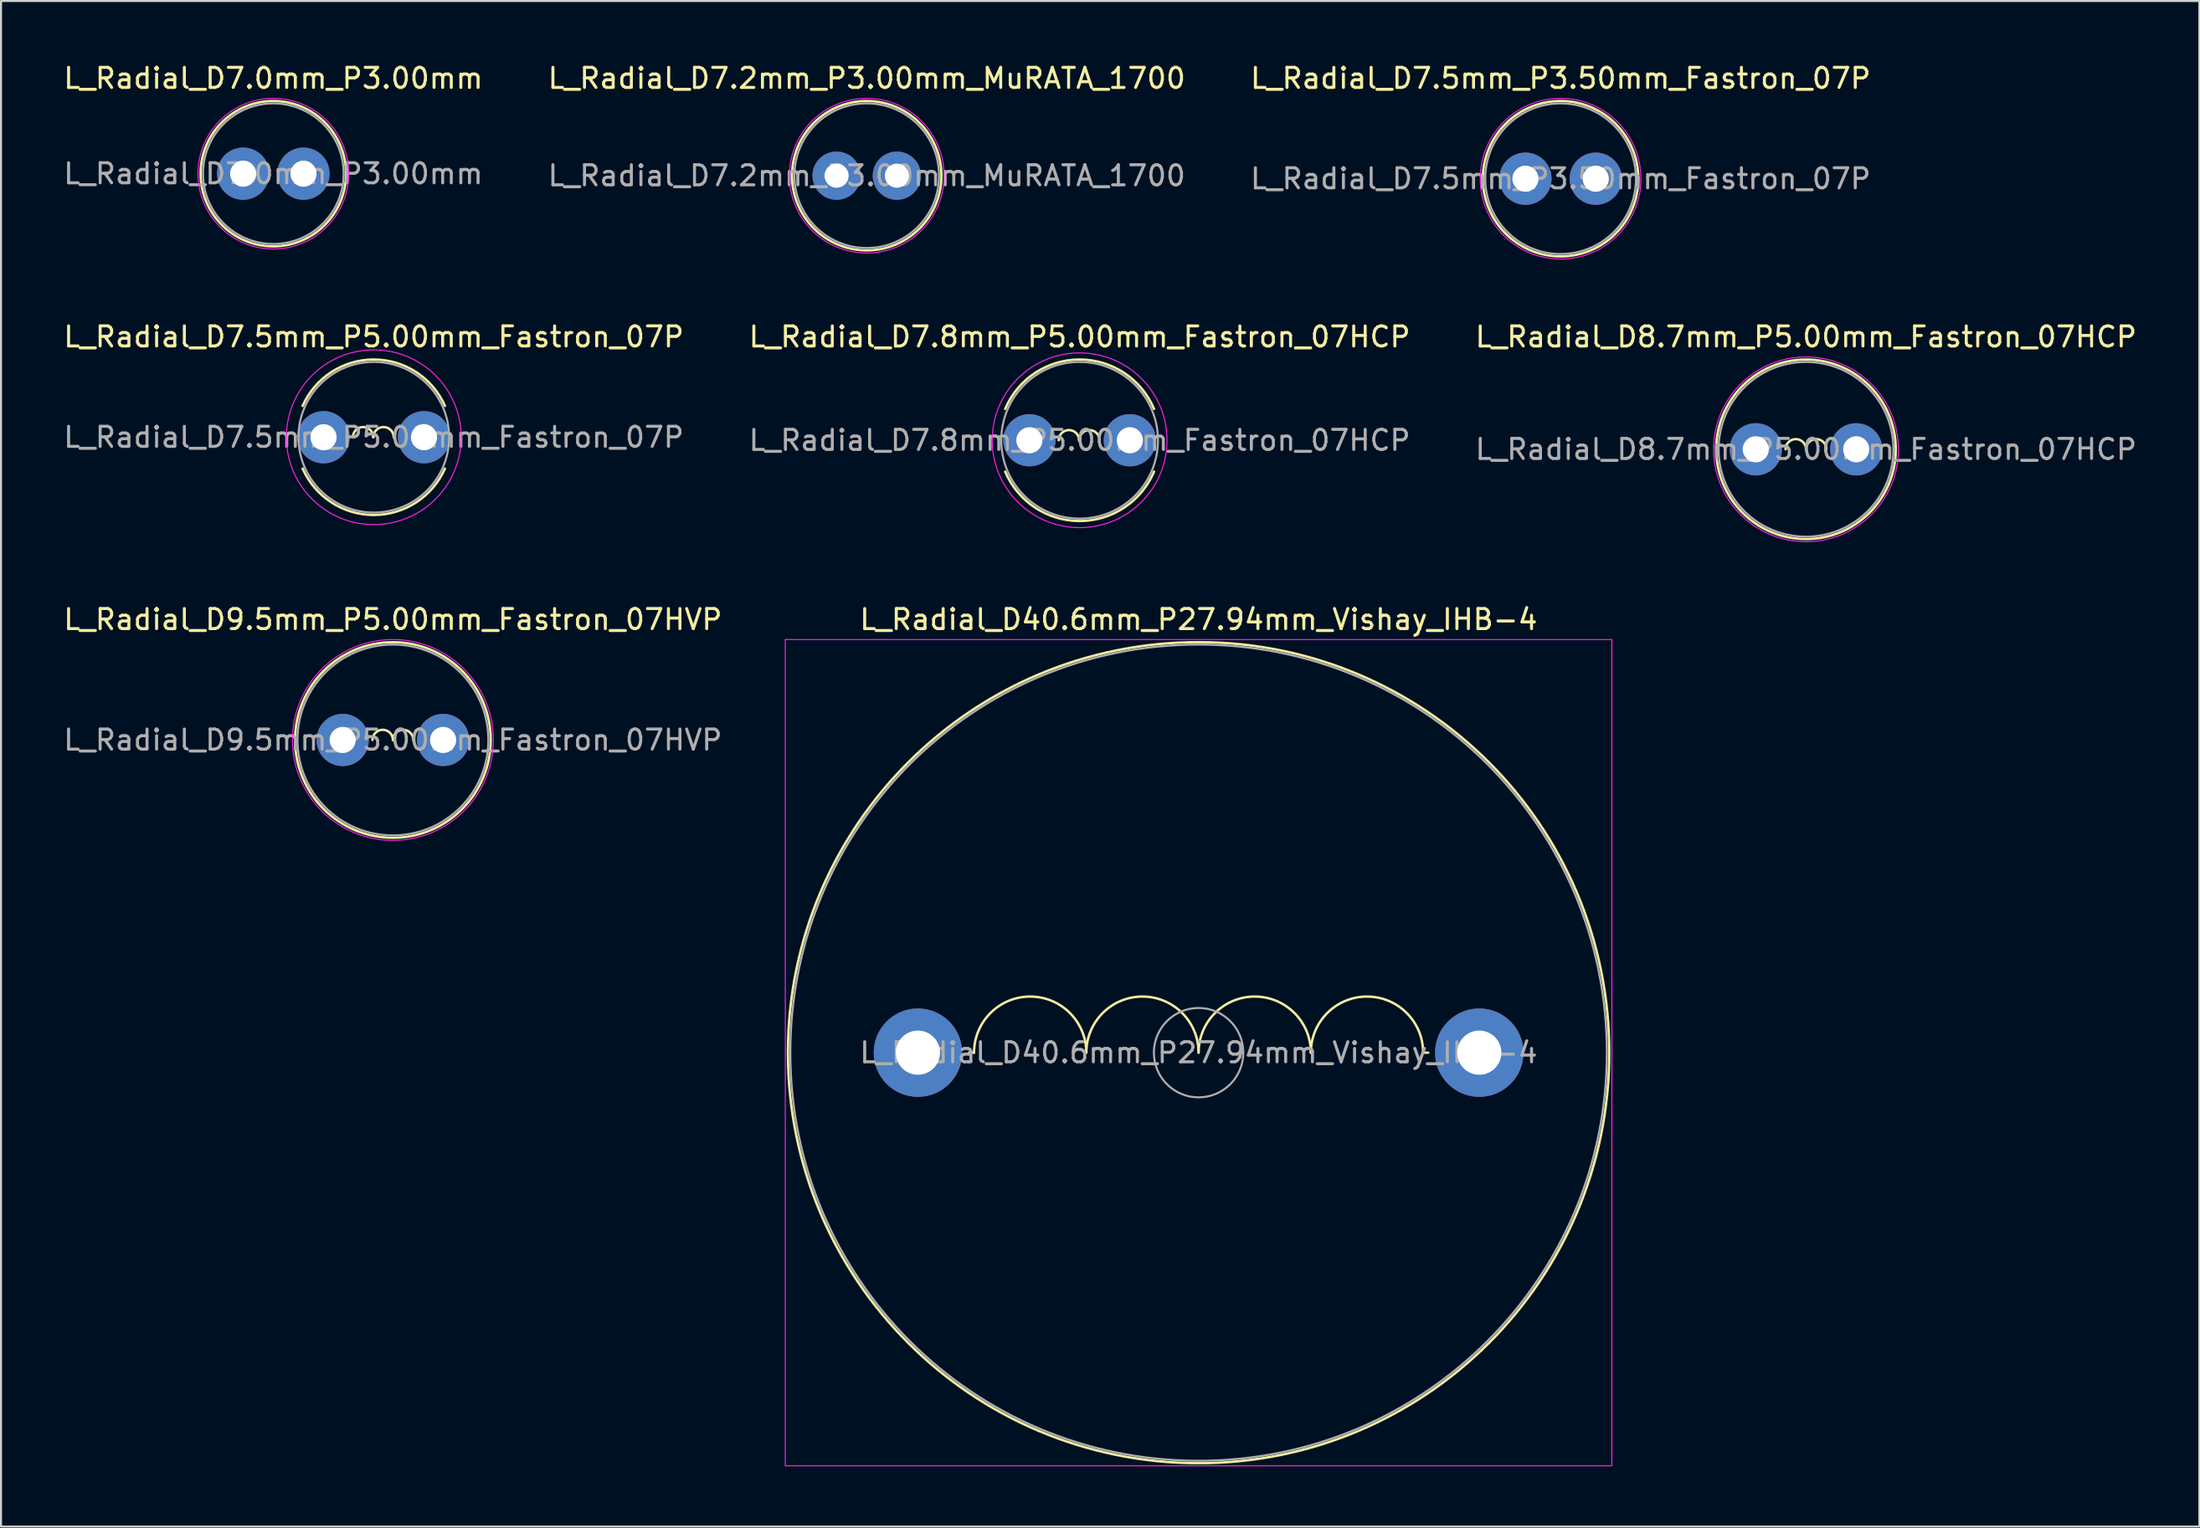
<source format=kicad_pcb>
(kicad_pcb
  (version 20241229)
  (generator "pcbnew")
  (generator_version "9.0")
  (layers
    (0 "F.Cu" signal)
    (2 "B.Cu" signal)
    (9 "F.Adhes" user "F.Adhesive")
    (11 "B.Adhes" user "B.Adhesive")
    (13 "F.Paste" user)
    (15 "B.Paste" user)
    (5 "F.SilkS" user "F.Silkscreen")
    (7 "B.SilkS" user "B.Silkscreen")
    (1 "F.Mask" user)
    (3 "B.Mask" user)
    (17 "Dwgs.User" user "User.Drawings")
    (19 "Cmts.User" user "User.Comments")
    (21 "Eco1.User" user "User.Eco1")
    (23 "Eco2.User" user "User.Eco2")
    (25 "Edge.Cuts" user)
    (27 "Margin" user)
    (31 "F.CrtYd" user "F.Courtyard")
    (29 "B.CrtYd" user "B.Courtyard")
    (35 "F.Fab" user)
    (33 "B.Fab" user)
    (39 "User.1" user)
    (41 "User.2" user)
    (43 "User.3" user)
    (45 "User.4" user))
  (footprint "L_Radial_D7.2mm_P3.00mm_MuRATA_1700"
    (layer "F.Cu")
    (at 38.589 5.698)
    (property "Reference" "L_Radial_D7.2mm_P3.00mm_MuRATA_1700" (at 1.5 -4.85 0) (layer "F.SilkS") (effects (font (size 1 1) (thickness 0.15))))
    (attr through_hole)
    (fp_circle (center 1.5 0) (end 5.22 0) (stroke (width 0.12) (type solid)) (fill no) (layer "F.SilkS"))
    (fp_circle (center 1.5 0) (end 5.35 0) (stroke (width 0.05) (type solid)) (fill no) (layer "F.CrtYd"))
    (fp_circle (center 1.5 0) (end 5.1 0) (stroke (width 0.1) (type solid)) (fill no) (layer "F.Fab"))
    (fp_text user "${REFERENCE}" (at 1.5 0 0) (layer "F.Fab") (effects (font (size 1 1) (thickness 0.15))))
    (pad "1" thru_hole circle (at 0 0) (size 2.4 2.4) (drill 1.2) (layers "*.Cu" "*.Mask"))
    (pad "2" thru_hole circle (at 3 0) (size 2.4 2.4) (drill 1.2) (layers "*.Cu" "*.Mask")))
  (footprint "L_Radial_D7.0mm_P3.00mm"
    (layer "F.Cu")
    (at 9.054 5.598)
    (property "Reference" "L_Radial_D7.0mm_P3.00mm" (at 1.5 -4.75 0) (layer "F.SilkS") (effects (font (size 1 1) (thickness 0.15))))
    (attr through_hole)
    (fp_circle (center 1.5 0) (end 5.12 0) (stroke (width 0.12) (type solid)) (fill no) (layer "F.SilkS"))
    (fp_circle (center 1.5 0) (end 5.25 0) (stroke (width 0.05) (type solid)) (fill no) (layer "F.CrtYd"))
    (fp_circle (center 1.5 0) (end 5 0) (stroke (width 0.1) (type solid)) (fill no) (layer "F.Fab"))
    (fp_text user "${REFERENCE}" (at 1.5 0 0) (layer "F.Fab") (effects (font (size 1 1) (thickness 0.15))))
    (pad "1" thru_hole circle (at 0 0) (size 2.6 2.6) (drill 1.3) (layers "*.Cu" "*.Mask"))
    (pad "2" thru_hole circle (at 3 0) (size 2.6 2.6) (drill 1.3) (layers "*.Cu" "*.Mask")))
  (footprint "L_Radial_D8.7mm_P5.00mm_Fastron_07HCP"
    (layer "F.Cu")
    (at 84.339 19.322)
    (property "Reference" "L_Radial_D8.7mm_P5.00mm_Fastron_07HCP" (at 2.5 -5.6 0) (layer "F.SilkS") (effects (font (size 1 1) (thickness 0.15))))
    (attr through_hole)
    (fp_arc (start 1.484 0) (mid 1.992 -0.508) (end 2.5 0) (stroke (width 0.12) (type solid)) (layer "F.SilkS"))
    (fp_arc (start 2.5 0) (mid 3.008 -0.508) (end 3.516 0) (stroke (width 0.12) (type solid)) (layer "F.SilkS"))
    (fp_circle (center 2.5 0) (end 6.97 0) (stroke (width 0.12) (type solid)) (fill no) (layer "F.SilkS"))
    (fp_circle (center 2.5 0) (end 7.1 0) (stroke (width 0.05) (type solid)) (fill no) (layer "F.CrtYd"))
    (fp_circle (center 2.5 0) (end 6.85 0) (stroke (width 0.1) (type solid)) (fill no) (layer "F.Fab"))
    (fp_text user "${REFERENCE}" (at 2.5 0 0) (layer "F.Fab") (effects (font (size 1 1) (thickness 0.15))))
    (pad "1" thru_hole circle (at 0 0) (size 2.6 2.6) (drill 1.3) (layers "*.Cu" "*.Mask"))
    (pad "2" thru_hole circle (at 5 0) (size 2.6 2.6) (drill 1.3) (layers "*.Cu" "*.Mask")))
  (footprint "L_Radial_D7.5mm_P3.50mm_Fastron_07P"
    (layer "F.Cu")
    (at 72.875 5.848)
    (property "Reference" "L_Radial_D7.5mm_P3.50mm_Fastron_07P" (at 1.75 -5 0) (layer "F.SilkS") (effects (font (size 1 1) (thickness 0.15))))
    (attr through_hole)
    (fp_circle (center 1.75 0) (end 5.62 0) (stroke (width 0.12) (type solid)) (fill no) (layer "F.SilkS"))
    (fp_circle (center 1.75 0) (end 5.75 0) (stroke (width 0.05) (type solid)) (fill no) (layer "F.CrtYd"))
    (fp_circle (center 1.75 0) (end 5.5 0) (stroke (width 0.1) (type solid)) (fill no) (layer "F.Fab"))
    (fp_text user "${REFERENCE}" (at 1.75 0 0) (layer "F.Fab") (effects (font (size 1 1) (thickness 0.15))))
    (pad "1" thru_hole circle (at 0 0) (size 2.6 2.6) (drill 1.3) (layers "*.Cu" "*.Mask"))
    (pad "2" thru_hole circle (at 3.5 0) (size 2.6 2.6) (drill 1.3) (layers "*.Cu" "*.Mask")))
  (footprint "L_Radial_D9.5mm_P5.00mm_Fastron_07HVP"
    (layer "F.Cu")
    (at 14.006 33.795)
    (property "Reference" "L_Radial_D9.5mm_P5.00mm_Fastron_07HVP" (at 2.5 -6 0) (layer "F.SilkS") (effects (font (size 1 1) (thickness 0.15))))
    (attr through_hole)
    (fp_arc (start 1.484 0) (mid 1.992 -0.508) (end 2.5 0) (stroke (width 0.12) (type solid)) (layer "F.SilkS"))
    (fp_arc (start 2.5 0) (mid 3.008 -0.508) (end 3.516 0) (stroke (width 0.12) (type solid)) (layer "F.SilkS"))
    (fp_circle (center 2.5 0) (end 7.37 0) (stroke (width 0.12) (type solid)) (fill no) (layer "F.SilkS"))
    (fp_circle (center 2.5 0) (end 7.5 0) (stroke (width 0.05) (type solid)) (fill no) (layer "F.CrtYd"))
    (fp_circle (center 2.5 0) (end 7.25 0) (stroke (width 0.1) (type solid)) (fill no) (layer "F.Fab"))
    (fp_text user "${REFERENCE}" (at 2.5 0 0) (layer "F.Fab") (effects (font (size 1 1) (thickness 0.15))))
    (pad "1" thru_hole circle (at 0 0) (size 2.6 2.6) (drill 1.3) (layers "*.Cu" "*.Mask"))
    (pad "2" thru_hole circle (at 5 0) (size 2.6 2.6) (drill 1.3) (layers "*.Cu" "*.Mask")))
  (footprint "L_Radial_D7.8mm_P5.00mm_Fastron_07HCP"
    (layer "F.Cu")
    (at 48.185 18.872)
    (property "Reference" "L_Radial_D7.8mm_P5.00mm_Fastron_07HCP" (at 2.5 -5.15 0) (layer "F.SilkS") (effects (font (size 1 1) (thickness 0.15))))
    (attr through_hole)
    (fp_arc (start -1.20497 -1.56) (mid 2.5 -4.02) (end 6.20497 -1.56) (stroke (width 0.12) (type solid)) (layer "F.SilkS"))
    (fp_arc (start 1.4605 0) (mid 1.9685 -0.508) (end 2.4765 0) (stroke (width 0.12) (type solid)) (layer "F.SilkS"))
    (fp_arc (start 2.4765 0) (mid 2.9845 -0.508) (end 3.4925 0) (stroke (width 0.12) (type solid)) (layer "F.SilkS"))
    (fp_arc (start 6.20497 1.56) (mid 2.5 4.02) (end -1.20497 1.56) (stroke (width 0.12) (type solid)) (layer "F.SilkS"))
    (fp_circle (center 2.5 0) (end 6.85 0) (stroke (width 0.05) (type solid)) (fill no) (layer "F.CrtYd"))
    (fp_circle (center 2.5 0) (end 6.4 0) (stroke (width 0.1) (type solid)) (fill no) (layer "F.Fab"))
    (fp_text user "${REFERENCE}" (at 2.5 0 0) (layer "F.Fab") (effects (font (size 1 1) (thickness 0.15))))
    (pad "1" thru_hole circle (at 0 0) (size 2.6 2.6) (drill 1.3) (layers "*.Cu" "*.Mask"))
    (pad "2" thru_hole circle (at 5 0) (size 2.6 2.6) (drill 1.3) (layers "*.Cu" "*.Mask")))
  (footprint "L_Radial_D40.6mm_P27.94mm_Vishay_IHB-4"
    (layer "F.Cu")
    (at 42.637 49.365)
    (property "Reference" "L_Radial_D40.6mm_P27.94mm_Vishay_IHB-4" (at 13.97 -21.57 0) (layer "F.SilkS") (effects (font (size 1 1) (thickness 0.15))))
    (attr through_hole)
    (fp_line (start 2.794 0) (end 2.54 0) (stroke (width 0.12) (type solid)) (layer "F.SilkS"))
    (fp_line (start 25.146 0) (end 25.4 0) (stroke (width 0.12) (type solid)) (layer "F.SilkS"))
    (fp_arc (start 2.794 0) (mid 5.588 -2.794) (end 8.382 0) (stroke (width 0.12) (type solid)) (layer "F.SilkS"))
    (fp_arc (start 8.382 0) (mid 11.176 -2.794) (end 13.97 0) (stroke (width 0.12) (type solid)) (layer "F.SilkS"))
    (fp_arc (start 13.97 0) (mid 16.764 -2.794) (end 19.558 0) (stroke (width 0.12) (type solid)) (layer "F.SilkS"))
    (fp_arc (start 19.558 0) (mid 22.352 -2.794) (end 25.146 0) (stroke (width 0.12) (type solid)) (layer "F.SilkS"))
    (fp_circle (center 13.97 0) (end 34.41 0) (stroke (width 0.12) (type solid)) (fill no) (layer "F.SilkS"))
    (fp_line (start -6.6 -20.57) (end -6.6 20.57) (stroke (width 0.05) (type solid)) (layer "F.CrtYd"))
    (fp_line (start -6.6 20.57) (end 34.54 20.57) (stroke (width 0.05) (type solid)) (layer "F.CrtYd"))
    (fp_line (start 34.54 -20.57) (end -6.6 -20.57) (stroke (width 0.05) (type solid)) (layer "F.CrtYd"))
    (fp_line (start 34.54 20.57) (end 34.54 -20.57) (stroke (width 0.05) (type solid)) (layer "F.CrtYd"))
    (fp_circle (center 13.97 0) (end 16.195 0) (stroke (width 0.1) (type solid)) (fill no) (layer "F.Fab"))
    (fp_circle (center 13.97 0) (end 34.29 0) (stroke (width 0.1) (type solid)) (fill no) (layer "F.Fab"))
    (fp_text user "${REFERENCE}" (at 13.97 0 0) (layer "F.Fab") (effects (font (size 1 1) (thickness 0.15))))
    (pad "1" thru_hole circle (at 0 0) (size 4.4 4.4) (drill 2.2) (layers "*.Cu" "*.Mask"))
    (pad "2" thru_hole circle (at 27.94 0) (size 4.4 4.4) (drill 2.2) (layers "*.Cu" "*.Mask")))
  (footprint "L_Radial_D7.5mm_P5.00mm_Fastron_07P"
    (layer "F.Cu")
    (at 13.054 18.721)
    (property "Reference" "L_Radial_D7.5mm_P5.00mm_Fastron_07P" (at 2.5 -5 0) (layer "F.SilkS") (effects (font (size 1 1) (thickness 0.15))))
    (attr through_hole)
    (fp_arc (start -1.041652 -1.56) (mid 2.5 -3.87) (end 6.041652 -1.56) (stroke (width 0.12) (type solid)) (layer "F.SilkS"))
    (fp_arc (start 1.4605 0) (mid 1.9685 -0.508) (end 2.4765 0) (stroke (width 0.12) (type solid)) (layer "F.SilkS"))
    (fp_arc (start 2.4765 0) (mid 2.9845 -0.508) (end 3.4925 0) (stroke (width 0.12) (type solid)) (layer "F.SilkS"))
    (fp_arc (start 6.041652 1.56) (mid 2.5 3.87) (end -1.041652 1.56) (stroke (width 0.12) (type solid)) (layer "F.SilkS"))
    (fp_circle (center 2.5 0) (end 6.85 0) (stroke (width 0.05) (type solid)) (fill no) (layer "F.CrtYd"))
    (fp_circle (center 2.5 0) (end 6.25 0) (stroke (width 0.1) (type solid)) (fill no) (layer "F.Fab"))
    (fp_text user "${REFERENCE}" (at 2.5 0 0) (layer "F.Fab") (effects (font (size 1 1) (thickness 0.15))))
    (pad "1" thru_hole circle (at 0 0) (size 2.6 2.6) (drill 1.3) (layers "*.Cu" "*.Mask"))
    (pad "2" thru_hole circle (at 5 0) (size 2.6 2.6) (drill 1.3) (layers "*.Cu" "*.Mask")))
  (gr_rect
    (start -3 -3)
    (end 106.417 72.96)
    (stroke (width 0.1) (type default))
    (fill no)
    (layer "Edge.Cuts")))
</source>
